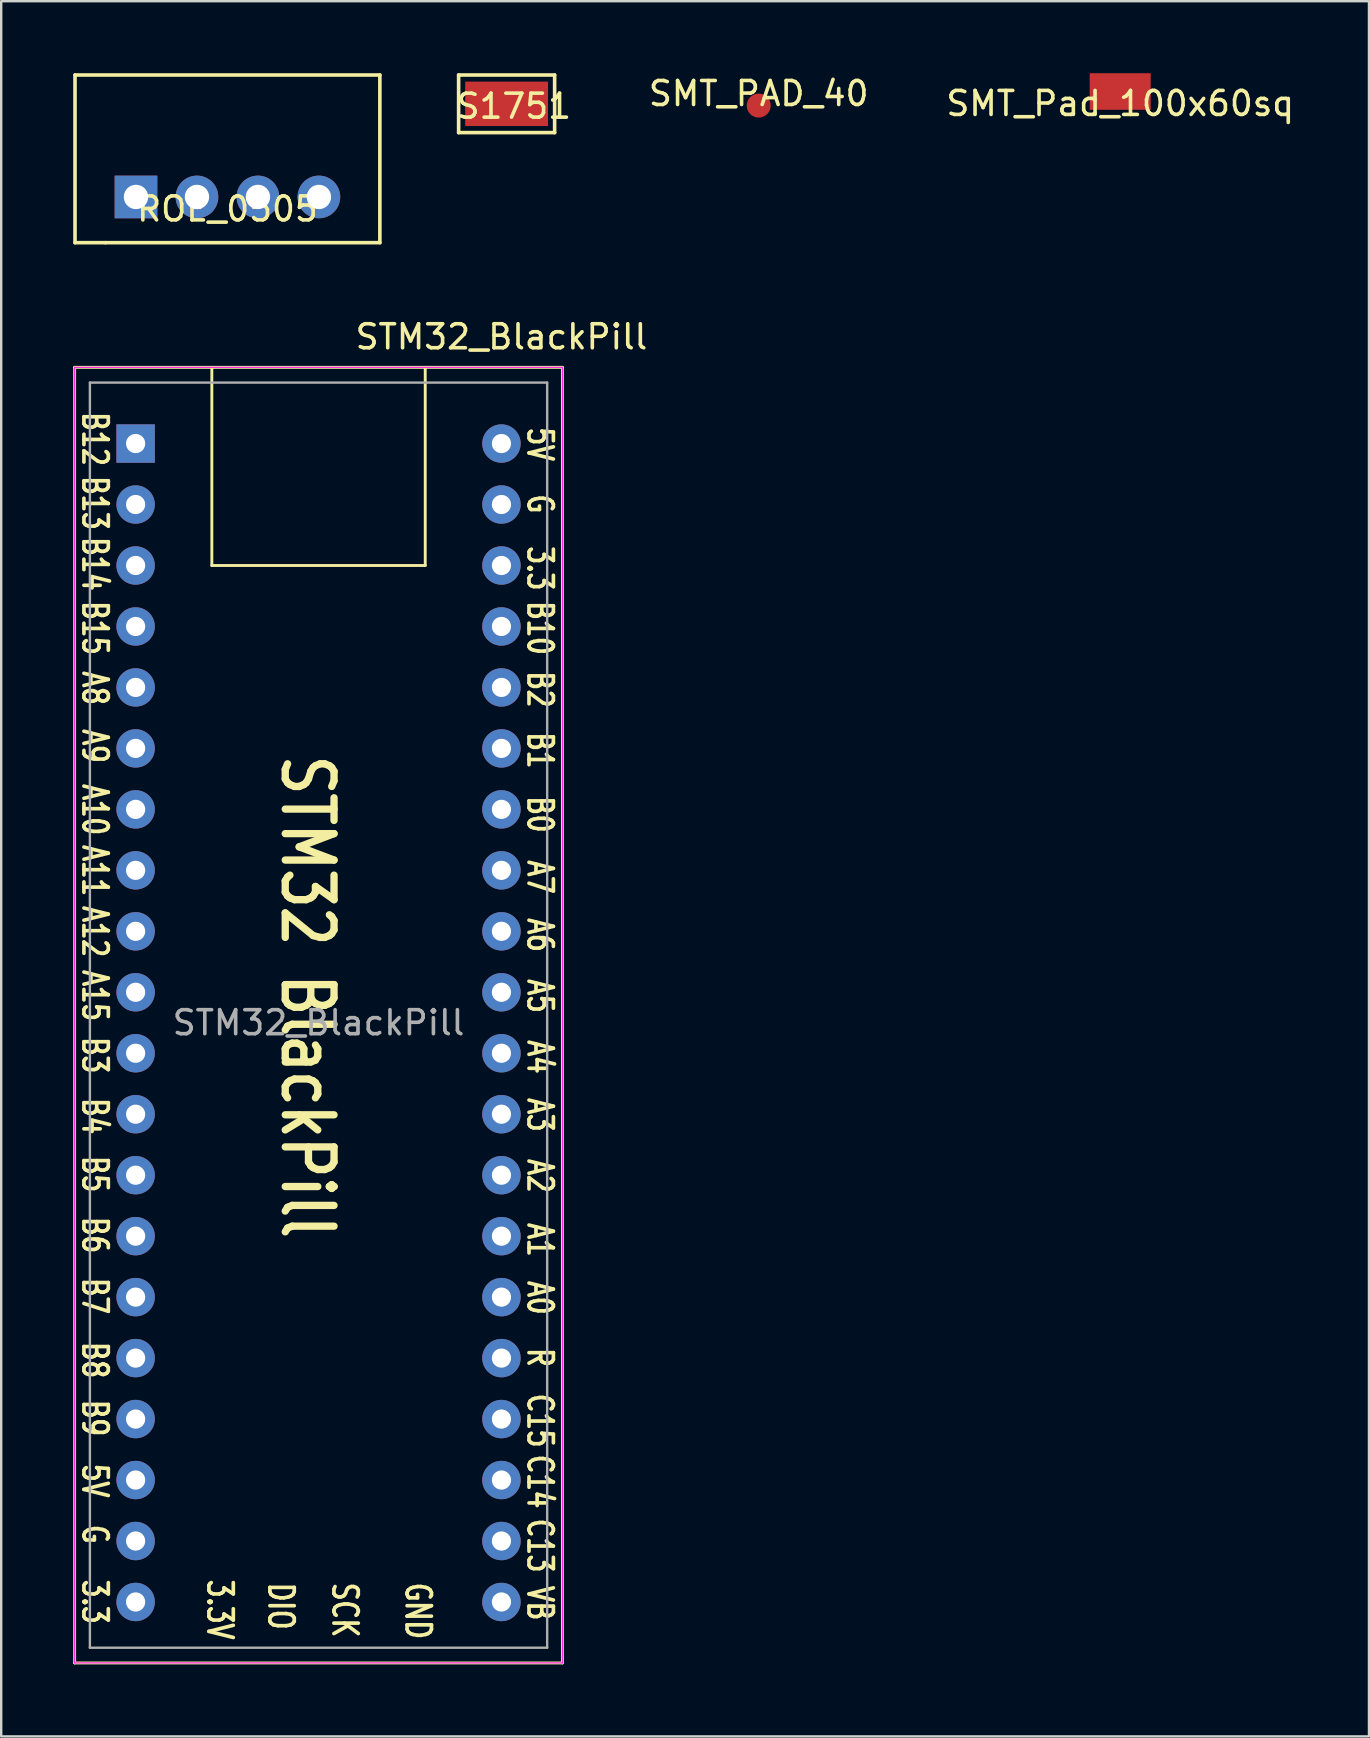
<source format=kicad_pcb>
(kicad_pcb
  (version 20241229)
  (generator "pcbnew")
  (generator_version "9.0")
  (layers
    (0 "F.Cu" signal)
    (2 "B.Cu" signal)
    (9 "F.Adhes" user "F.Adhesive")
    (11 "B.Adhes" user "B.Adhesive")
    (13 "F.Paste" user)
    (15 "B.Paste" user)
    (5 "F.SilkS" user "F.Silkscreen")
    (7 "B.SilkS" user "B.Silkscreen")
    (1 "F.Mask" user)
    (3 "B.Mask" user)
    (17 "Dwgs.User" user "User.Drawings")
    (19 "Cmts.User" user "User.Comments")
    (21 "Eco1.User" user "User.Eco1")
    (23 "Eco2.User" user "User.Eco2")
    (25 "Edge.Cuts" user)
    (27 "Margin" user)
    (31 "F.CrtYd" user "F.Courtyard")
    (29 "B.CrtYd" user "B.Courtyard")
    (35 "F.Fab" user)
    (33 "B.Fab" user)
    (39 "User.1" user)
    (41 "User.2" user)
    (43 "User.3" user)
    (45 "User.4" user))
  (footprint "S1751"
    (layer "F.Cu")
    (at 18.056 1.275)
    (property "Reference" "S1751" (at 0.3 0.1 0) (layer "F.SilkS") (effects (font (size 1 1) (thickness 0.15))))
    (attr through_hole)
    (fp_line (start -2 -1.2) (end 2 -1.2) (stroke (width 0.15) (type solid)) (layer "F.SilkS"))
    (fp_line (start -2 1.2) (end -2 -1.2) (stroke (width 0.15) (type solid)) (layer "F.SilkS"))
    (fp_line (start 2 -1.2) (end 2 1.2) (stroke (width 0.15) (type solid)) (layer "F.SilkS"))
    (fp_line (start 2 1.2) (end -2 1.2) (stroke (width 0.15) (type solid)) (layer "F.SilkS"))
    (pad "1" smd rect (at 0 0) (size 3.45 1.85) (layers "F.Cu" "F.Mask" "F.Paste")))
  (footprint "SMT_PAD_40"
    (layer "F.Cu")
    (at 28.558 1.348)
    (property "Reference" "SMT_PAD_40" (at 0 -0.5 0) (unlocked yes) (layer "F.SilkS") (effects (font (size 1 1) (thickness 0.15))))
    (attr smd)
    (pad "1" smd circle (at 0 0) (size 1 1) (layers "F.Cu" "F.Mask")))
  (footprint "ROE_0505"
    (layer "F.Cu")
    (at 6.425 5.155)
    (property "Reference" "ROE_0505" (at 0 0.5 0) (layer "F.SilkS") (effects (font (size 1 1) (thickness 0.15))))
    (attr through_hole)
    (fp_line (start -6.35 -5.08) (end -6.35 1.905) (stroke (width 0.15) (type solid)) (layer "F.SilkS"))
    (fp_line (start -6.35 1.905) (end 6.35 1.905) (stroke (width 0.15) (type solid)) (layer "F.SilkS"))
    (fp_line (start -5.08 1.905) (end -5.08 1.905) (stroke (width 0.15) (type solid)) (layer "F.SilkS"))
    (fp_line (start 6.35 -5.08) (end -6.35 -5.08) (stroke (width 0.15) (type solid)) (layer "F.SilkS"))
    (fp_line (start 6.35 1.905) (end 6.35 -5.08) (stroke (width 0.15) (type solid)) (layer "F.SilkS"))
    (pad "1" thru_hole rect (at -3.81 0) (size 1.778 1.778) (drill 1.016) (layers "*.Cu" "*.Mask"))
    (pad "2" thru_hole circle (at -1.27 0) (size 1.778 1.778) (drill 1.016) (layers "*.Cu" "*.Mask"))
    (pad "3" thru_hole circle (at 1.27 0) (size 1.778 1.778) (drill 1.016) (layers "*.Cu" "*.Mask"))
    (pad "4" thru_hole circle (at 3.81 0) (size 1.778 1.778) (drill 1.016) (layers "*.Cu" "*.Mask")))
  (footprint "STM32_BlackPill"
    (layer "F.Cu")
    (at 2.6 15.428)
    (property "Reference" "STM32_BlackPill" (at 15.24 -4.445 0) (layer "F.SilkS") (effects (font (size 1 1) (thickness 0.15))))
    (attr through_hole)
    (fp_line (start -2.54 -3.175) (end 17.78 -3.175) (stroke (width 0.12) (type default)) (layer "F.SilkS"))
    (fp_line (start -2.54 50.8) (end -2.54 -3.175) (stroke (width 0.12) (type default)) (layer "F.SilkS"))
    (fp_line (start -2.54 50.8) (end 17.78 50.8) (stroke (width 0.12) (type solid)) (layer "F.SilkS"))
    (fp_line (start 3.175 -3.175) (end 3.175 5.08) (stroke (width 0.12) (type default)) (layer "F.SilkS"))
    (fp_line (start 3.175 5.08) (end 12.065 5.08) (stroke (width 0.12) (type default)) (layer "F.SilkS"))
    (fp_line (start 12.065 5.08) (end 12.065 -3.175) (stroke (width 0.12) (type default)) (layer "F.SilkS"))
    (fp_line (start 17.78 50.8) (end 17.78 -3.175) (stroke (width 0.12) (type solid)) (layer "F.SilkS"))
    (fp_line (start -2.54 -3.175) (end -2.54 50.8) (stroke (width 0.05) (type solid)) (layer "F.CrtYd"))
    (fp_line (start -2.54 50.8) (end 17.78 50.8) (stroke (width 0.05) (type solid)) (layer "F.CrtYd"))
    (fp_line (start 17.78 -3.175) (end -2.54 -3.175) (stroke (width 0.05) (type solid)) (layer "F.CrtYd"))
    (fp_line (start 17.78 50.8) (end 17.78 -3.175) (stroke (width 0.05) (type solid)) (layer "F.CrtYd"))
    (fp_line (start -1.905 -2.54) (end -1.905 50.165) (stroke (width 0.1) (type solid)) (layer "F.Fab"))
    (fp_line (start -1.905 50.165) (end 17.145 50.165) (stroke (width 0.1) (type solid)) (layer "F.Fab"))
    (fp_line (start 17.145 -2.54) (end -1.905 -2.54) (stroke (width 0.1) (type solid)) (layer "F.Fab"))
    (fp_line (start 17.145 50.165) (end 17.145 -2.54) (stroke (width 0.1) (type solid)) (layer "F.Fab"))
    (fp_text user "STM32 BlackPill" (at 5.969 12.827 270) (unlocked yes) (layer "F.SilkS") (effects (font (size 2.032 1.651) (thickness 0.305) (bold yes)) (justify left bottom)))
    (fp_text user "A11" (at -2.286 16.637 270) (unlocked yes) (layer "F.SilkS") (effects (font (size 1.016 0.762) (thickness 0.152) (bold yes)) (justify left bottom)))
    (fp_text user "B15" (at -2.286 6.477 270) (unlocked yes) (layer "F.SilkS") (effects (font (size 1.016 0.762) (thickness 0.152) (bold yes)) (justify left bottom)))
    (fp_text user "B4" (at -2.286 27.178 270) (unlocked yes) (layer "F.SilkS") (effects (font (size 1.016 0.762) (thickness 0.152) (bold yes)) (justify left bottom)))
    (fp_text user "5V" (at 16.256 -0.762 270) (unlocked yes) (layer "F.SilkS") (effects (font (size 1.016 0.762) (thickness 0.152) (bold yes)) (justify left bottom)))
    (fp_text user "A12" (at -2.286 19.177 270) (unlocked yes) (layer "F.SilkS") (effects (font (size 1.016 0.762) (thickness 0.152) (bold yes)) (justify left bottom)))
    (fp_text user "A6" (at 16.256 19.685 270) (unlocked yes) (layer "F.SilkS") (effects (font (size 1.016 0.762) (thickness 0.152) (bold yes)) (justify left bottom)))
    (fp_text user "G" (at -2.286 44.958 270) (unlocked yes) (layer "F.SilkS") (effects (font (size 1.016 0.762) (thickness 0.152) (bold yes)) (justify left bottom)))
    (fp_text user "3.3V" (at 2.921 47.244 270) (unlocked yes) (layer "F.SilkS") (effects (font (size 1.016 0.762) (thickness 0.152) (bold yes)) (justify left bottom)))
    (fp_text user "GND" (at 11.176 47.371 270) (unlocked yes) (layer "F.SilkS") (effects (font (size 1.016 0.762) (thickness 0.152) (bold yes)) (justify left bottom)))
    (fp_text user "B8" (at -2.286 37.338 270) (unlocked yes) (layer "F.SilkS") (effects (font (size 1.016 0.762) (thickness 0.152) (bold yes)) (justify left bottom)))
    (fp_text user "SCK" (at 8.128 47.371 270) (unlocked yes) (layer "F.SilkS") (effects (font (size 1.016 0.762) (thickness 0.152) (bold yes)) (justify left bottom)))
    (fp_text user "B13" (at -2.286 1.27 270) (unlocked yes) (layer "F.SilkS") (effects (font (size 1.016 0.762) (thickness 0.152) (bold yes)) (justify left bottom)))
    (fp_text user "C14" (at 16.256 42.037 270) (unlocked yes) (layer "F.SilkS") (effects (font (size 1.016 0.762) (thickness 0.152) (bold yes)) (justify left bottom)))
    (fp_text user "DIO" (at 5.461 47.371 270) (unlocked yes) (layer "F.SilkS") (effects (font (size 1.016 0.762) (thickness 0.152) (bold yes)) (justify left bottom)))
    (fp_text user "B2" (at 16.256 9.398 270) (unlocked yes) (layer "F.SilkS") (effects (font (size 1.016 0.762) (thickness 0.152) (bold yes)) (justify left bottom)))
    (fp_text user "5V" (at -2.286 42.418 270) (unlocked yes) (layer "F.SilkS") (effects (font (size 1.016 0.762) (thickness 0.152) (bold yes)) (justify left bottom)))
    (fp_text user "B12" (at -2.286 -1.397 270) (unlocked yes) (layer "F.SilkS") (effects (font (size 1.016 0.762) (thickness 0.152) (bold yes)) (justify left bottom)))
    (fp_text user "A5" (at 16.256 22.225 270) (unlocked yes) (layer "F.SilkS") (effects (font (size 1.016 0.762) (thickness 0.152) (bold yes)) (justify left bottom)))
    (fp_text user "A8" (at -2.286 9.398 270) (unlocked yes) (layer "F.SilkS") (effects (font (size 1.016 0.762) (thickness 0.152) (bold yes)) (justify left bottom)))
    (fp_text user "B14" (at -2.286 3.81 270) (unlocked yes) (layer "F.SilkS") (effects (font (size 1.016 0.762) (thickness 0.152) (bold yes)) (justify left bottom)))
    (fp_text user "B5" (at -2.286 29.591 270) (unlocked yes) (layer "F.SilkS") (effects (font (size 1.016 0.762) (thickness 0.152) (bold yes)) (justify left bottom)))
    (fp_text user "C13" (at 16.256 44.704 270) (unlocked yes) (layer "F.SilkS") (effects (font (size 1.016 0.762) (thickness 0.152) (bold yes)) (justify left bottom)))
    (fp_text user "B7" (at -2.286 34.671 270) (unlocked yes) (layer "F.SilkS") (effects (font (size 1.016 0.762) (thickness 0.152) (bold yes)) (justify left bottom)))
    (fp_text user "3.3" (at 16.256 4.191 270) (unlocked yes) (layer "F.SilkS") (effects (font (size 1.016 0.762) (thickness 0.152) (bold yes)) (justify left bottom)))
    (fp_text user "VB" (at 16.256 47.498 270) (unlocked yes) (layer "F.SilkS") (effects (font (size 1.016 0.762) (thickness 0.152) (bold yes)) (justify left bottom)))
    (fp_text user "A7" (at 16.256 17.272 270) (unlocked yes) (layer "F.SilkS") (effects (font (size 1.016 0.762) (thickness 0.152) (bold yes)) (justify left bottom)))
    (fp_text user "A9" (at -2.286 11.811 270) (unlocked yes) (layer "F.SilkS") (effects (font (size 1.016 0.762) (thickness 0.152) (bold yes)) (justify left bottom)))
    (fp_text user "B0" (at 16.256 14.605 270) (unlocked yes) (layer "F.SilkS") (effects (font (size 1.016 0.762) (thickness 0.152) (bold yes)) (justify left bottom)))
    (fp_text user "R" (at 16.256 37.592 270) (unlocked yes) (layer "F.SilkS") (effects (font (size 1.016 0.762) (thickness 0.152) (bold yes)) (justify left bottom)))
    (fp_text user "A2" (at 16.256 29.718 270) (unlocked yes) (layer "F.SilkS") (effects (font (size 1.016 0.762) (thickness 0.152) (bold yes)) (justify left bottom)))
    (fp_text user "B3" (at -2.286 24.638 270) (unlocked yes) (layer "F.SilkS") (effects (font (size 1.016 0.762) (thickness 0.152) (bold yes)) (justify left bottom)))
    (fp_text user "A3" (at 16.256 27.178 270) (unlocked yes) (layer "F.SilkS") (effects (font (size 1.016 0.762) (thickness 0.152) (bold yes)) (justify left bottom)))
    (fp_text user "A15" (at -2.286 21.844 270) (unlocked yes) (layer "F.SilkS") (effects (font (size 1.016 0.762) (thickness 0.152) (bold yes)) (justify left bottom)))
    (fp_text user "B1" (at 16.256 11.938 270) (unlocked yes) (layer "F.SilkS") (effects (font (size 1.016 0.762) (thickness 0.152) (bold yes)) (justify left bottom)))
    (fp_text user "A1" (at 16.256 32.385 270) (unlocked yes) (layer "F.SilkS") (effects (font (size 1.016 0.762) (thickness 0.152) (bold yes)) (justify left bottom)))
    (fp_text user "C15" (at 16.256 39.497 270) (unlocked yes) (layer "F.SilkS") (effects (font (size 1.016 0.762) (thickness 0.152) (bold yes)) (justify left bottom)))
    (fp_text user "3.3" (at -2.286 47.244 270) (unlocked yes) (layer "F.SilkS") (effects (font (size 1.016 0.762) (thickness 0.152) (bold yes)) (justify left bottom)))
    (fp_text user "A4" (at 16.256 24.765 270) (unlocked yes) (layer "F.SilkS") (effects (font (size 1.016 0.762) (thickness 0.152) (bold yes)) (justify left bottom)))
    (fp_text user "B10" (at 16.256 6.477 270) (unlocked yes) (layer "F.SilkS") (effects (font (size 1.016 0.762) (thickness 0.152) (bold yes)) (justify left bottom)))
    (fp_text user "B9" (at -2.286 39.751 270) (unlocked yes) (layer "F.SilkS") (effects (font (size 1.016 0.762) (thickness 0.152) (bold yes)) (justify left bottom)))
    (fp_text user "A10" (at -2.286 14.097 270) (unlocked yes) (layer "F.SilkS") (effects (font (size 1.016 0.762) (thickness 0.152) (bold yes)) (justify left bottom)))
    (fp_text user "B6" (at -2.286 32.131 270) (unlocked yes) (layer "F.SilkS") (effects (font (size 1.016 0.762) (thickness 0.152) (bold yes)) (justify left bottom)))
    (fp_text user "A0" (at 16.256 34.798 270) (unlocked yes) (layer "F.SilkS") (effects (font (size 1.016 0.762) (thickness 0.152) (bold yes)) (justify left bottom)))
    (fp_text user "G" (at 16.256 2.032 270) (unlocked yes) (layer "F.SilkS") (effects (font (size 1.016 0.762) (thickness 0.152) (bold yes)) (justify left bottom)))
    (fp_text user "${REFERENCE}" (at 7.62 24.13 0) (layer "F.Fab") (effects (font (size 1 1) (thickness 0.15))))
    (pad "1" thru_hole rect (at 0 0) (size 1.6 1.6) (drill 0.8) (layers "*.Cu" "*.Mask"))
    (pad "2" thru_hole oval (at 0 2.54) (size 1.6 1.6) (drill 0.8) (layers "*.Cu" "*.Mask"))
    (pad "3" thru_hole oval (at 0 5.08) (size 1.6 1.6) (drill 0.8) (layers "*.Cu" "*.Mask"))
    (pad "4" thru_hole oval (at 0 7.62) (size 1.6 1.6) (drill 0.8) (layers "*.Cu" "*.Mask"))
    (pad "5" thru_hole oval (at 0 10.16) (size 1.6 1.6) (drill 0.8) (layers "*.Cu" "*.Mask"))
    (pad "6" thru_hole oval (at 0 12.7) (size 1.6 1.6) (drill 0.8) (layers "*.Cu" "*.Mask"))
    (pad "7" thru_hole oval (at 0 15.24) (size 1.6 1.6) (drill 0.8) (layers "*.Cu" "*.Mask"))
    (pad "8" thru_hole oval (at 0 17.78) (size 1.6 1.6) (drill 0.8) (layers "*.Cu" "*.Mask"))
    (pad "9" thru_hole oval (at 0 20.32) (size 1.6 1.6) (drill 0.8) (layers "*.Cu" "*.Mask"))
    (pad "10" thru_hole oval (at 0 22.86) (size 1.6 1.6) (drill 0.8) (layers "*.Cu" "*.Mask"))
    (pad "11" thru_hole oval (at 0 25.4) (size 1.6 1.6) (drill 0.8) (layers "*.Cu" "*.Mask"))
    (pad "12" thru_hole oval (at 0 27.94) (size 1.6 1.6) (drill 0.8) (layers "*.Cu" "*.Mask"))
    (pad "13" thru_hole oval (at 0 30.48) (size 1.6 1.6) (drill 0.8) (layers "*.Cu" "*.Mask"))
    (pad "14" thru_hole oval (at 0 33.02) (size 1.6 1.6) (drill 0.8) (layers "*.Cu" "*.Mask"))
    (pad "15" thru_hole oval (at 0 35.56) (size 1.6 1.6) (drill 0.8) (layers "*.Cu" "*.Mask"))
    (pad "16" thru_hole oval (at 0 38.1) (size 1.6 1.6) (drill 0.8) (layers "*.Cu" "*.Mask"))
    (pad "17" thru_hole oval (at 0 40.64) (size 1.6 1.6) (drill 0.8) (layers "*.Cu" "*.Mask"))
    (pad "18" thru_hole oval (at 0 43.18) (size 1.6 1.6) (drill 0.8) (layers "*.Cu" "*.Mask"))
    (pad "19" thru_hole oval (at 0 45.72) (size 1.6 1.6) (drill 0.8) (layers "*.Cu" "*.Mask"))
    (pad "20" thru_hole oval (at 0 48.26) (size 1.6 1.6) (drill 0.8) (layers "*.Cu" "*.Mask"))
    (pad "21" thru_hole oval (at 15.24 48.26) (size 1.6 1.6) (drill 0.8) (layers "*.Cu" "*.Mask"))
    (pad "22" thru_hole oval (at 15.24 45.72) (size 1.6 1.6) (drill 0.8) (layers "*.Cu" "*.Mask"))
    (pad "23" thru_hole oval (at 15.24 43.18) (size 1.6 1.6) (drill 0.8) (layers "*.Cu" "*.Mask"))
    (pad "24" thru_hole oval (at 15.24 40.64) (size 1.6 1.6) (drill 0.8) (layers "*.Cu" "*.Mask"))
    (pad "25" thru_hole oval (at 15.24 38.1) (size 1.6 1.6) (drill 0.8) (layers "*.Cu" "*.Mask"))
    (pad "26" thru_hole oval (at 15.24 35.56) (size 1.6 1.6) (drill 0.8) (layers "*.Cu" "*.Mask"))
    (pad "27" thru_hole oval (at 15.24 33.02) (size 1.6 1.6) (drill 0.8) (layers "*.Cu" "*.Mask"))
    (pad "28" thru_hole oval (at 15.24 30.48) (size 1.6 1.6) (drill 0.8) (layers "*.Cu" "*.Mask"))
    (pad "29" thru_hole oval (at 15.24 27.94) (size 1.6 1.6) (drill 0.8) (layers "*.Cu" "*.Mask"))
    (pad "30" thru_hole oval (at 15.24 25.4) (size 1.6 1.6) (drill 0.8) (layers "*.Cu" "*.Mask"))
    (pad "31" thru_hole oval (at 15.24 22.86) (size 1.6 1.6) (drill 0.8) (layers "*.Cu" "*.Mask"))
    (pad "32" thru_hole oval (at 15.24 20.32) (size 1.6 1.6) (drill 0.8) (layers "*.Cu" "*.Mask"))
    (pad "33" thru_hole oval (at 15.24 17.78) (size 1.6 1.6) (drill 0.8) (layers "*.Cu" "*.Mask"))
    (pad "34" thru_hole oval (at 15.24 15.24) (size 1.6 1.6) (drill 0.8) (layers "*.Cu" "*.Mask"))
    (pad "35" thru_hole oval (at 15.24 12.7) (size 1.6 1.6) (drill 0.8) (layers "*.Cu" "*.Mask"))
    (pad "36" thru_hole oval (at 15.24 10.16) (size 1.6 1.6) (drill 0.8) (layers "*.Cu" "*.Mask"))
    (pad "37" thru_hole oval (at 15.24 7.62) (size 1.6 1.6) (drill 0.8) (layers "*.Cu" "*.Mask"))
    (pad "38" thru_hole oval (at 15.24 5.08) (size 1.6 1.6) (drill 0.8) (layers "*.Cu" "*.Mask"))
    (pad "39" thru_hole oval (at 15.24 2.54) (size 1.6 1.6) (drill 0.8) (layers "*.Cu" "*.Mask"))
    (pad "40" thru_hole oval (at 15.24 0) (size 1.6 1.6) (drill 0.8) (layers "*.Cu" "*.Mask")))
  (footprint "SMT_Pad_100x60sq"
    (layer "F.Cu")
    (at 43.618 0.762)
    (property "Reference" "SMT_Pad_100x60sq" (at 0 0.5 0) (layer "F.SilkS") (effects (font (size 1 1) (thickness 0.15))))
    (attr through_hole)
    (pad "1" smd rect (at 0 0) (size 2.54 1.524) (layers "F.Cu" "F.Mask" "F.Paste")))
  (gr_rect
    (start -3 -3)
    (end 53.981 69.288)
    (stroke (width 0.1) (type default))
    (fill no)
    (layer "Edge.Cuts")))
</source>
